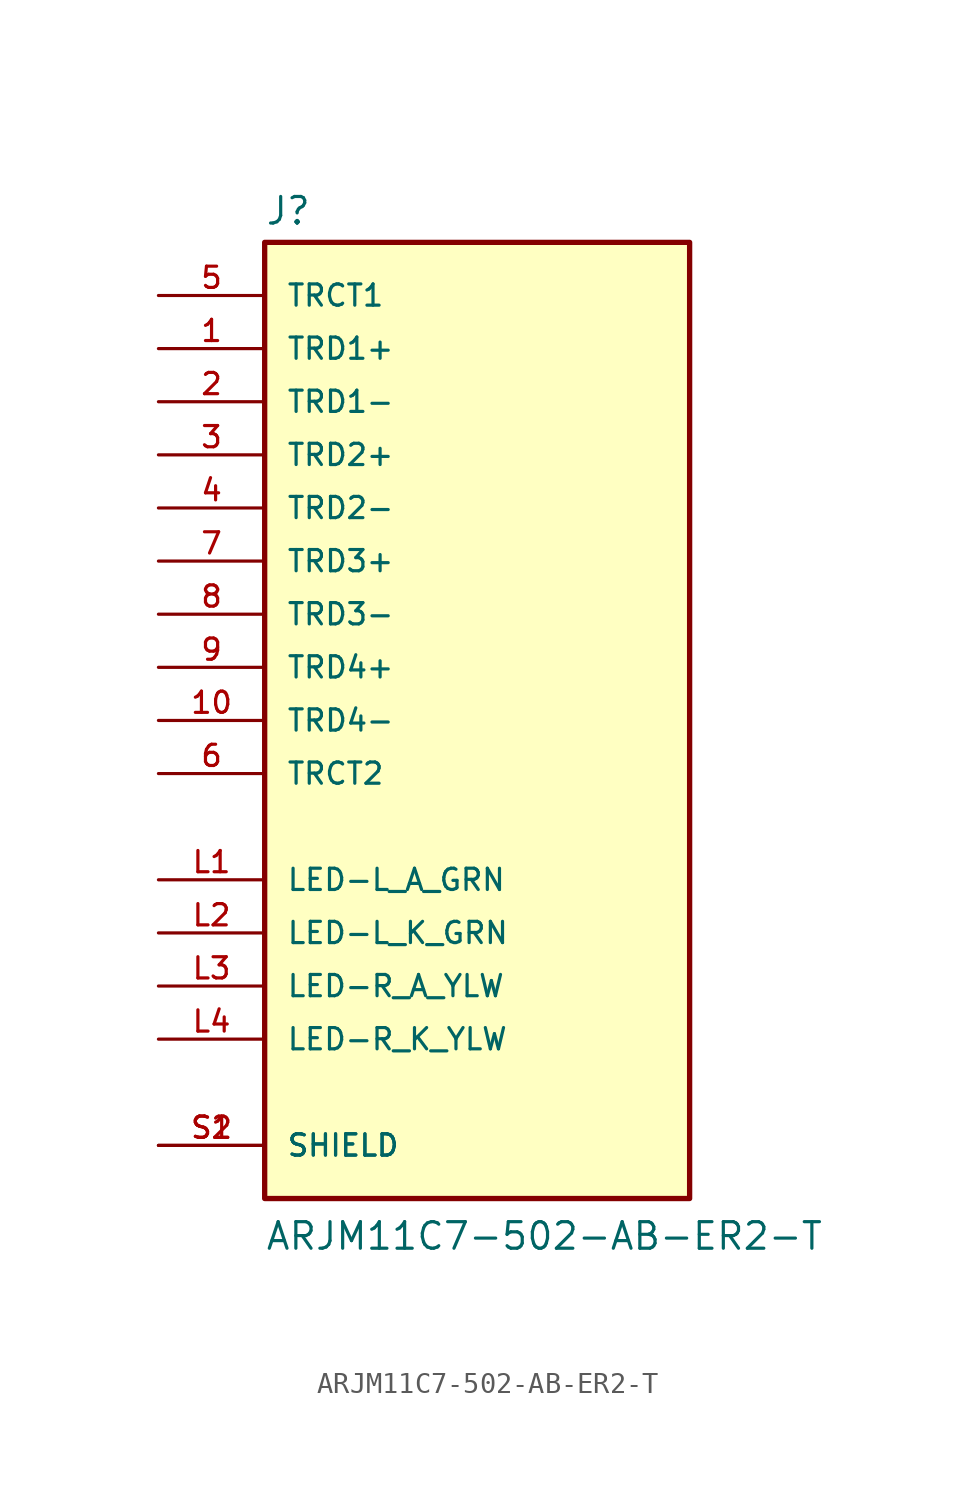
<source format=kicad_sym>
(kicad_symbol_lib
  (version 20220914)
  (generator kicad_symbol_editor)
  (symbol "ARJM11C7-502-AB-ER2-T"
    (pin_names
      (offset 1.016))
    (property "Reference" "J"
      (at -10.16 23.622 0)
      (effects (font (size 1.27 1.27)) (justify left bottom)))
    (property "Value" "ARJM11C7-502-AB-ER2-T"
      (at -10.16 -25.4 0)
      (effects (font (size 1.27 1.27)) (justify left bottom)))
    (symbol "ARJM11C7-502-AB-ER2-T_0_0"
      (rectangle (start -10.16 -22.86) (end 10.16 22.86) (stroke (width 0.254) (type default)) (fill (type background)))
      (pin passive line (at -15.24 17.78 0) (length 5.08) (name "TRD1+" (effects (font (size 1.016 1.016)))) (number "1" (effects (font (size 1.016 1.016)))))
      (pin passive line (at -15.24 0 0) (length 5.08) (name "TRD4-" (effects (font (size 1.016 1.016)))) (number "10" (effects (font (size 1.016 1.016)))))
      (pin passive line (at -15.24 15.24 0) (length 5.08) (name "TRD1-" (effects (font (size 1.016 1.016)))) (number "2" (effects (font (size 1.016 1.016)))))
      (pin passive line (at -15.24 12.7 0) (length 5.08) (name "TRD2+" (effects (font (size 1.016 1.016)))) (number "3" (effects (font (size 1.016 1.016)))))
      (pin passive line (at -15.24 10.16 0) (length 5.08) (name "TRD2-" (effects (font (size 1.016 1.016)))) (number "4" (effects (font (size 1.016 1.016)))))
      (pin passive line (at -15.24 20.32 0) (length 5.08) (name "TRCT1" (effects (font (size 1.016 1.016)))) (number "5" (effects (font (size 1.016 1.016)))))
      (pin passive line (at -15.24 -2.54 0) (length 5.08) (name "TRCT2" (effects (font (size 1.016 1.016)))) (number "6" (effects (font (size 1.016 1.016)))))
      (pin passive line (at -15.24 7.62 0) (length 5.08) (name "TRD3+" (effects (font (size 1.016 1.016)))) (number "7" (effects (font (size 1.016 1.016)))))
      (pin passive line (at -15.24 5.08 0) (length 5.08) (name "TRD3-" (effects (font (size 1.016 1.016)))) (number "8" (effects (font (size 1.016 1.016)))))
      (pin passive line (at -15.24 2.54 0) (length 5.08) (name "TRD4+" (effects (font (size 1.016 1.016)))) (number "9" (effects (font (size 1.016 1.016)))))
      (pin passive line (at -15.24 -7.62 0) (length 5.08) (name "LED-L_A_GRN" (effects (font (size 1.016 1.016)))) (number "L1" (effects (font (size 1.016 1.016)))))
      (pin passive line (at -15.24 -10.16 0) (length 5.08) (name "LED-L_K_GRN" (effects (font (size 1.016 1.016)))) (number "L2" (effects (font (size 1.016 1.016)))))
      (pin passive line (at -15.24 -12.7 0) (length 5.08) (name "LED-R_A_YLW" (effects (font (size 1.016 1.016)))) (number "L3" (effects (font (size 1.016 1.016)))))
      (pin passive line (at -15.24 -15.24 0) (length 5.08) (name "LED-R_K_YLW" (effects (font (size 1.016 1.016)))) (number "L4" (effects (font (size 1.016 1.016)))))
      (pin passive line (at -15.24 -20.32 0) (length 5.08) (name "SHIELD" (effects (font (size 1.016 1.016)))) (number "S1" (effects (font (size 1.016 1.016)))))
      (pin passive line (at -15.24 -20.32 0) (length 5.08) (name "SHIELD" (effects (font (size 1.016 1.016)))) (number "S2" (effects (font (size 1.016 1.016))))))))
</source>
